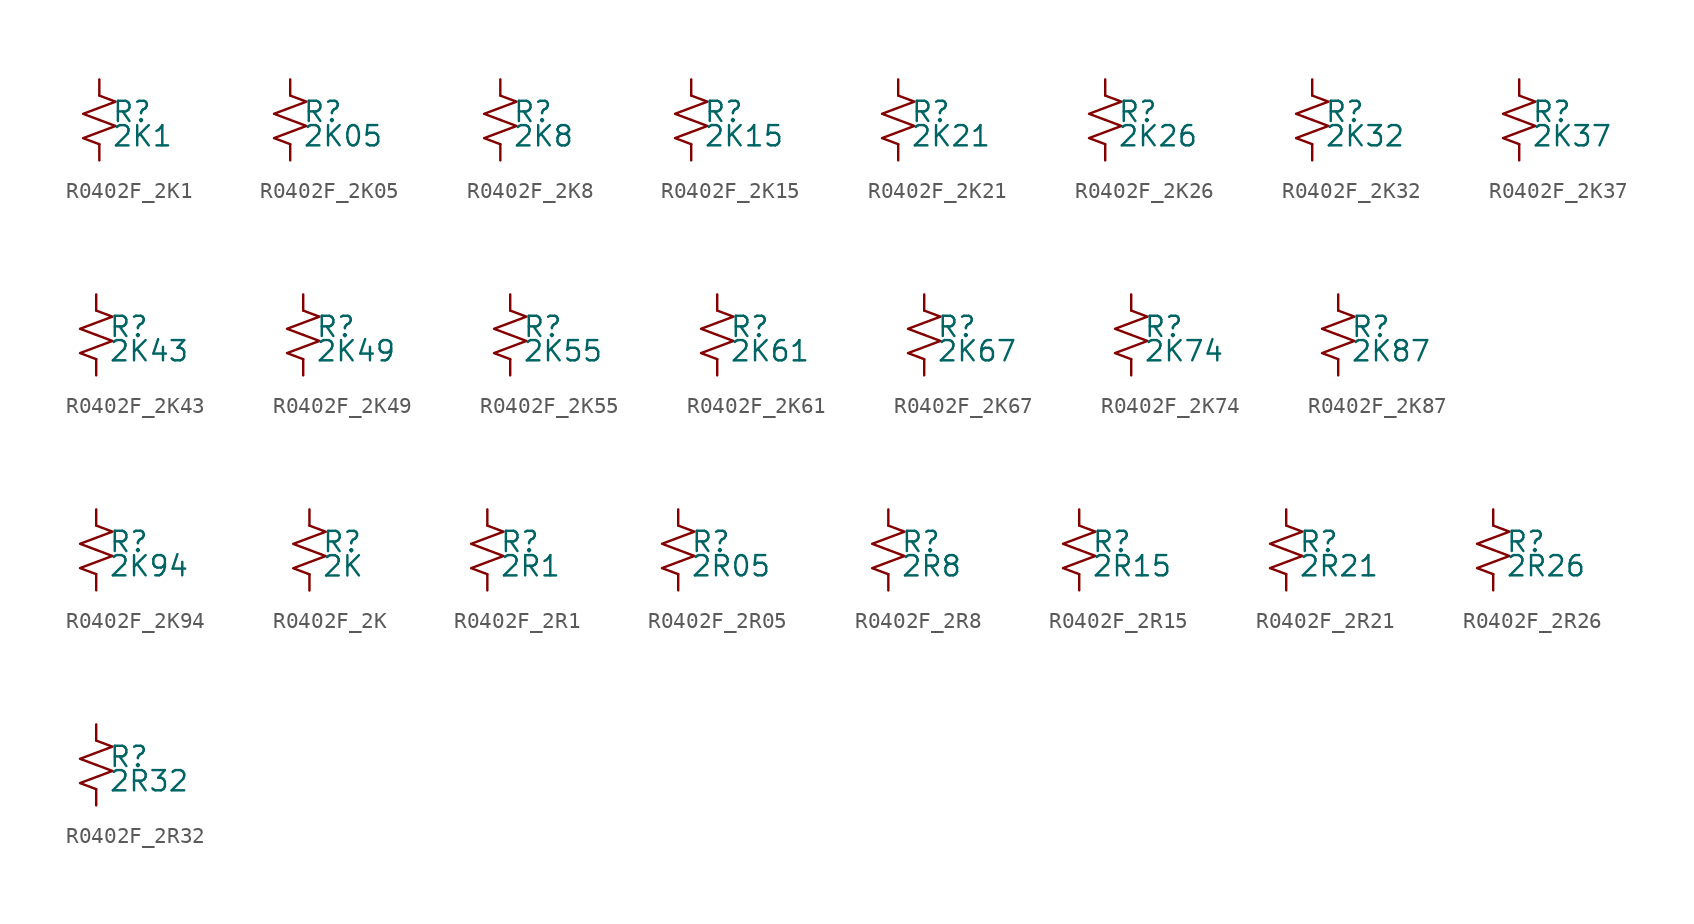
<source format=kicad_sym>
(kicad_symbol_lib
  (version 20220914)
  (generator kicad_symbol_editor)
  (symbol "R0402F_2K1"
    (pin_numbers hide)
    (pin_names
      (offset 0.254) hide)
    (property "Reference" "R"
      (at 0.762 0.508 0)
      (effects (font (size 1.27 1.27)) (justify left)))
    (property "Value" "2K1"
      (at 0.762 -1.016 0)
      (effects (font (size 1.27 1.27)) (justify left)))
    (symbol "R0402F_2K1_1_1"
      (polyline (pts (xy 0 0) (xy 1.016 -0.381) (xy 0 -0.762) (xy -1.016 -1.143) (xy 0 -1.524)) (stroke (width 0) (type default)) (fill (type none)))
      (polyline (pts (xy 0 1.524) (xy 1.016 1.143) (xy 0 0.762) (xy -1.016 0.381) (xy 0 0)) (stroke (width 0) (type default)) (fill (type none)))
      (pin passive line (at 0 2.54 270) (length 1.016) (name "~" (effects (font (size 1.27 1.27)))) (number "1" (effects (font (size 1.27 1.27)))))
      (pin passive line (at 0 -2.54 90) (length 1.016) (name "~" (effects (font (size 1.27 1.27)))) (number "2" (effects (font (size 1.27 1.27)))))))
  (symbol "R0402F_2K05"
    (pin_numbers hide)
    (pin_names
      (offset 0.254) hide)
    (property "Reference" "R"
      (at 0.762 0.508 0)
      (effects (font (size 1.27 1.27)) (justify left)))
    (property "Value" "2K05"
      (at 0.762 -1.016 0)
      (effects (font (size 1.27 1.27)) (justify left)))
    (symbol "R0402F_2K05_1_1"
      (polyline (pts (xy 0 0) (xy 1.016 -0.381) (xy 0 -0.762) (xy -1.016 -1.143) (xy 0 -1.524)) (stroke (width 0) (type default)) (fill (type none)))
      (polyline (pts (xy 0 1.524) (xy 1.016 1.143) (xy 0 0.762) (xy -1.016 0.381) (xy 0 0)) (stroke (width 0) (type default)) (fill (type none)))
      (pin passive line (at 0 2.54 270) (length 1.016) (name "~" (effects (font (size 1.27 1.27)))) (number "1" (effects (font (size 1.27 1.27)))))
      (pin passive line (at 0 -2.54 90) (length 1.016) (name "~" (effects (font (size 1.27 1.27)))) (number "2" (effects (font (size 1.27 1.27)))))))
  (symbol "R0402F_2K8"
    (pin_numbers hide)
    (pin_names
      (offset 0.254) hide)
    (property "Reference" "R"
      (at 0.762 0.508 0)
      (effects (font (size 1.27 1.27)) (justify left)))
    (property "Value" "2K8"
      (at 0.762 -1.016 0)
      (effects (font (size 1.27 1.27)) (justify left)))
    (symbol "R0402F_2K8_1_1"
      (polyline (pts (xy 0 0) (xy 1.016 -0.381) (xy 0 -0.762) (xy -1.016 -1.143) (xy 0 -1.524)) (stroke (width 0) (type default)) (fill (type none)))
      (polyline (pts (xy 0 1.524) (xy 1.016 1.143) (xy 0 0.762) (xy -1.016 0.381) (xy 0 0)) (stroke (width 0) (type default)) (fill (type none)))
      (pin passive line (at 0 2.54 270) (length 1.016) (name "~" (effects (font (size 1.27 1.27)))) (number "1" (effects (font (size 1.27 1.27)))))
      (pin passive line (at 0 -2.54 90) (length 1.016) (name "~" (effects (font (size 1.27 1.27)))) (number "2" (effects (font (size 1.27 1.27)))))))
  (symbol "R0402F_2K15"
    (pin_numbers hide)
    (pin_names
      (offset 0.254) hide)
    (property "Reference" "R"
      (at 0.762 0.508 0)
      (effects (font (size 1.27 1.27)) (justify left)))
    (property "Value" "2K15"
      (at 0.762 -1.016 0)
      (effects (font (size 1.27 1.27)) (justify left)))
    (symbol "R0402F_2K15_1_1"
      (polyline (pts (xy 0 0) (xy 1.016 -0.381) (xy 0 -0.762) (xy -1.016 -1.143) (xy 0 -1.524)) (stroke (width 0) (type default)) (fill (type none)))
      (polyline (pts (xy 0 1.524) (xy 1.016 1.143) (xy 0 0.762) (xy -1.016 0.381) (xy 0 0)) (stroke (width 0) (type default)) (fill (type none)))
      (pin passive line (at 0 2.54 270) (length 1.016) (name "~" (effects (font (size 1.27 1.27)))) (number "1" (effects (font (size 1.27 1.27)))))
      (pin passive line (at 0 -2.54 90) (length 1.016) (name "~" (effects (font (size 1.27 1.27)))) (number "2" (effects (font (size 1.27 1.27)))))))
  (symbol "R0402F_2K21"
    (pin_numbers hide)
    (pin_names
      (offset 0.254) hide)
    (property "Reference" "R"
      (at 0.762 0.508 0)
      (effects (font (size 1.27 1.27)) (justify left)))
    (property "Value" "2K21"
      (at 0.762 -1.016 0)
      (effects (font (size 1.27 1.27)) (justify left)))
    (symbol "R0402F_2K21_1_1"
      (polyline (pts (xy 0 0) (xy 1.016 -0.381) (xy 0 -0.762) (xy -1.016 -1.143) (xy 0 -1.524)) (stroke (width 0) (type default)) (fill (type none)))
      (polyline (pts (xy 0 1.524) (xy 1.016 1.143) (xy 0 0.762) (xy -1.016 0.381) (xy 0 0)) (stroke (width 0) (type default)) (fill (type none)))
      (pin passive line (at 0 2.54 270) (length 1.016) (name "~" (effects (font (size 1.27 1.27)))) (number "1" (effects (font (size 1.27 1.27)))))
      (pin passive line (at 0 -2.54 90) (length 1.016) (name "~" (effects (font (size 1.27 1.27)))) (number "2" (effects (font (size 1.27 1.27)))))))
  (symbol "R0402F_2K26"
    (pin_numbers hide)
    (pin_names
      (offset 0.254) hide)
    (property "Reference" "R"
      (at 0.762 0.508 0)
      (effects (font (size 1.27 1.27)) (justify left)))
    (property "Value" "2K26"
      (at 0.762 -1.016 0)
      (effects (font (size 1.27 1.27)) (justify left)))
    (symbol "R0402F_2K26_1_1"
      (polyline (pts (xy 0 0) (xy 1.016 -0.381) (xy 0 -0.762) (xy -1.016 -1.143) (xy 0 -1.524)) (stroke (width 0) (type default)) (fill (type none)))
      (polyline (pts (xy 0 1.524) (xy 1.016 1.143) (xy 0 0.762) (xy -1.016 0.381) (xy 0 0)) (stroke (width 0) (type default)) (fill (type none)))
      (pin passive line (at 0 2.54 270) (length 1.016) (name "~" (effects (font (size 1.27 1.27)))) (number "1" (effects (font (size 1.27 1.27)))))
      (pin passive line (at 0 -2.54 90) (length 1.016) (name "~" (effects (font (size 1.27 1.27)))) (number "2" (effects (font (size 1.27 1.27)))))))
  (symbol "R0402F_2K32"
    (pin_numbers hide)
    (pin_names
      (offset 0.254) hide)
    (property "Reference" "R"
      (at 0.762 0.508 0)
      (effects (font (size 1.27 1.27)) (justify left)))
    (property "Value" "2K32"
      (at 0.762 -1.016 0)
      (effects (font (size 1.27 1.27)) (justify left)))
    (symbol "R0402F_2K32_1_1"
      (polyline (pts (xy 0 0) (xy 1.016 -0.381) (xy 0 -0.762) (xy -1.016 -1.143) (xy 0 -1.524)) (stroke (width 0) (type default)) (fill (type none)))
      (polyline (pts (xy 0 1.524) (xy 1.016 1.143) (xy 0 0.762) (xy -1.016 0.381) (xy 0 0)) (stroke (width 0) (type default)) (fill (type none)))
      (pin passive line (at 0 2.54 270) (length 1.016) (name "~" (effects (font (size 1.27 1.27)))) (number "1" (effects (font (size 1.27 1.27)))))
      (pin passive line (at 0 -2.54 90) (length 1.016) (name "~" (effects (font (size 1.27 1.27)))) (number "2" (effects (font (size 1.27 1.27)))))))
  (symbol "R0402F_2K37"
    (pin_numbers hide)
    (pin_names
      (offset 0.254) hide)
    (property "Reference" "R"
      (at 0.762 0.508 0)
      (effects (font (size 1.27 1.27)) (justify left)))
    (property "Value" "2K37"
      (at 0.762 -1.016 0)
      (effects (font (size 1.27 1.27)) (justify left)))
    (symbol "R0402F_2K37_1_1"
      (polyline (pts (xy 0 0) (xy 1.016 -0.381) (xy 0 -0.762) (xy -1.016 -1.143) (xy 0 -1.524)) (stroke (width 0) (type default)) (fill (type none)))
      (polyline (pts (xy 0 1.524) (xy 1.016 1.143) (xy 0 0.762) (xy -1.016 0.381) (xy 0 0)) (stroke (width 0) (type default)) (fill (type none)))
      (pin passive line (at 0 2.54 270) (length 1.016) (name "~" (effects (font (size 1.27 1.27)))) (number "1" (effects (font (size 1.27 1.27)))))
      (pin passive line (at 0 -2.54 90) (length 1.016) (name "~" (effects (font (size 1.27 1.27)))) (number "2" (effects (font (size 1.27 1.27)))))))
  (symbol "R0402F_2K43"
    (pin_numbers hide)
    (pin_names
      (offset 0.254) hide)
    (property "Reference" "R"
      (at 0.762 0.508 0)
      (effects (font (size 1.27 1.27)) (justify left)))
    (property "Value" "2K43"
      (at 0.762 -1.016 0)
      (effects (font (size 1.27 1.27)) (justify left)))
    (symbol "R0402F_2K43_1_1"
      (polyline (pts (xy 0 0) (xy 1.016 -0.381) (xy 0 -0.762) (xy -1.016 -1.143) (xy 0 -1.524)) (stroke (width 0) (type default)) (fill (type none)))
      (polyline (pts (xy 0 1.524) (xy 1.016 1.143) (xy 0 0.762) (xy -1.016 0.381) (xy 0 0)) (stroke (width 0) (type default)) (fill (type none)))
      (pin passive line (at 0 2.54 270) (length 1.016) (name "~" (effects (font (size 1.27 1.27)))) (number "1" (effects (font (size 1.27 1.27)))))
      (pin passive line (at 0 -2.54 90) (length 1.016) (name "~" (effects (font (size 1.27 1.27)))) (number "2" (effects (font (size 1.27 1.27)))))))
  (symbol "R0402F_2K49"
    (pin_numbers hide)
    (pin_names
      (offset 0.254) hide)
    (property "Reference" "R"
      (at 0.762 0.508 0)
      (effects (font (size 1.27 1.27)) (justify left)))
    (property "Value" "2K49"
      (at 0.762 -1.016 0)
      (effects (font (size 1.27 1.27)) (justify left)))
    (symbol "R0402F_2K49_1_1"
      (polyline (pts (xy 0 0) (xy 1.016 -0.381) (xy 0 -0.762) (xy -1.016 -1.143) (xy 0 -1.524)) (stroke (width 0) (type default)) (fill (type none)))
      (polyline (pts (xy 0 1.524) (xy 1.016 1.143) (xy 0 0.762) (xy -1.016 0.381) (xy 0 0)) (stroke (width 0) (type default)) (fill (type none)))
      (pin passive line (at 0 2.54 270) (length 1.016) (name "~" (effects (font (size 1.27 1.27)))) (number "1" (effects (font (size 1.27 1.27)))))
      (pin passive line (at 0 -2.54 90) (length 1.016) (name "~" (effects (font (size 1.27 1.27)))) (number "2" (effects (font (size 1.27 1.27)))))))
  (symbol "R0402F_2K55"
    (pin_numbers hide)
    (pin_names
      (offset 0.254) hide)
    (property "Reference" "R"
      (at 0.762 0.508 0)
      (effects (font (size 1.27 1.27)) (justify left)))
    (property "Value" "2K55"
      (at 0.762 -1.016 0)
      (effects (font (size 1.27 1.27)) (justify left)))
    (symbol "R0402F_2K55_1_1"
      (polyline (pts (xy 0 0) (xy 1.016 -0.381) (xy 0 -0.762) (xy -1.016 -1.143) (xy 0 -1.524)) (stroke (width 0) (type default)) (fill (type none)))
      (polyline (pts (xy 0 1.524) (xy 1.016 1.143) (xy 0 0.762) (xy -1.016 0.381) (xy 0 0)) (stroke (width 0) (type default)) (fill (type none)))
      (pin passive line (at 0 2.54 270) (length 1.016) (name "~" (effects (font (size 1.27 1.27)))) (number "1" (effects (font (size 1.27 1.27)))))
      (pin passive line (at 0 -2.54 90) (length 1.016) (name "~" (effects (font (size 1.27 1.27)))) (number "2" (effects (font (size 1.27 1.27)))))))
  (symbol "R0402F_2K61"
    (pin_numbers hide)
    (pin_names
      (offset 0.254) hide)
    (property "Reference" "R"
      (at 0.762 0.508 0)
      (effects (font (size 1.27 1.27)) (justify left)))
    (property "Value" "2K61"
      (at 0.762 -1.016 0)
      (effects (font (size 1.27 1.27)) (justify left)))
    (symbol "R0402F_2K61_1_1"
      (polyline (pts (xy 0 0) (xy 1.016 -0.381) (xy 0 -0.762) (xy -1.016 -1.143) (xy 0 -1.524)) (stroke (width 0) (type default)) (fill (type none)))
      (polyline (pts (xy 0 1.524) (xy 1.016 1.143) (xy 0 0.762) (xy -1.016 0.381) (xy 0 0)) (stroke (width 0) (type default)) (fill (type none)))
      (pin passive line (at 0 2.54 270) (length 1.016) (name "~" (effects (font (size 1.27 1.27)))) (number "1" (effects (font (size 1.27 1.27)))))
      (pin passive line (at 0 -2.54 90) (length 1.016) (name "~" (effects (font (size 1.27 1.27)))) (number "2" (effects (font (size 1.27 1.27)))))))
  (symbol "R0402F_2K67"
    (pin_numbers hide)
    (pin_names
      (offset 0.254) hide)
    (property "Reference" "R"
      (at 0.762 0.508 0)
      (effects (font (size 1.27 1.27)) (justify left)))
    (property "Value" "2K67"
      (at 0.762 -1.016 0)
      (effects (font (size 1.27 1.27)) (justify left)))
    (symbol "R0402F_2K67_1_1"
      (polyline (pts (xy 0 0) (xy 1.016 -0.381) (xy 0 -0.762) (xy -1.016 -1.143) (xy 0 -1.524)) (stroke (width 0) (type default)) (fill (type none)))
      (polyline (pts (xy 0 1.524) (xy 1.016 1.143) (xy 0 0.762) (xy -1.016 0.381) (xy 0 0)) (stroke (width 0) (type default)) (fill (type none)))
      (pin passive line (at 0 2.54 270) (length 1.016) (name "~" (effects (font (size 1.27 1.27)))) (number "1" (effects (font (size 1.27 1.27)))))
      (pin passive line (at 0 -2.54 90) (length 1.016) (name "~" (effects (font (size 1.27 1.27)))) (number "2" (effects (font (size 1.27 1.27)))))))
  (symbol "R0402F_2K74"
    (pin_numbers hide)
    (pin_names
      (offset 0.254) hide)
    (property "Reference" "R"
      (at 0.762 0.508 0)
      (effects (font (size 1.27 1.27)) (justify left)))
    (property "Value" "2K74"
      (at 0.762 -1.016 0)
      (effects (font (size 1.27 1.27)) (justify left)))
    (symbol "R0402F_2K74_1_1"
      (polyline (pts (xy 0 0) (xy 1.016 -0.381) (xy 0 -0.762) (xy -1.016 -1.143) (xy 0 -1.524)) (stroke (width 0) (type default)) (fill (type none)))
      (polyline (pts (xy 0 1.524) (xy 1.016 1.143) (xy 0 0.762) (xy -1.016 0.381) (xy 0 0)) (stroke (width 0) (type default)) (fill (type none)))
      (pin passive line (at 0 2.54 270) (length 1.016) (name "~" (effects (font (size 1.27 1.27)))) (number "1" (effects (font (size 1.27 1.27)))))
      (pin passive line (at 0 -2.54 90) (length 1.016) (name "~" (effects (font (size 1.27 1.27)))) (number "2" (effects (font (size 1.27 1.27)))))))
  (symbol "R0402F_2K87"
    (pin_numbers hide)
    (pin_names
      (offset 0.254) hide)
    (property "Reference" "R"
      (at 0.762 0.508 0)
      (effects (font (size 1.27 1.27)) (justify left)))
    (property "Value" "2K87"
      (at 0.762 -1.016 0)
      (effects (font (size 1.27 1.27)) (justify left)))
    (symbol "R0402F_2K87_1_1"
      (polyline (pts (xy 0 0) (xy 1.016 -0.381) (xy 0 -0.762) (xy -1.016 -1.143) (xy 0 -1.524)) (stroke (width 0) (type default)) (fill (type none)))
      (polyline (pts (xy 0 1.524) (xy 1.016 1.143) (xy 0 0.762) (xy -1.016 0.381) (xy 0 0)) (stroke (width 0) (type default)) (fill (type none)))
      (pin passive line (at 0 2.54 270) (length 1.016) (name "~" (effects (font (size 1.27 1.27)))) (number "1" (effects (font (size 1.27 1.27)))))
      (pin passive line (at 0 -2.54 90) (length 1.016) (name "~" (effects (font (size 1.27 1.27)))) (number "2" (effects (font (size 1.27 1.27)))))))
  (symbol "R0402F_2K94"
    (pin_numbers hide)
    (pin_names
      (offset 0.254) hide)
    (property "Reference" "R"
      (at 0.762 0.508 0)
      (effects (font (size 1.27 1.27)) (justify left)))
    (property "Value" "2K94"
      (at 0.762 -1.016 0)
      (effects (font (size 1.27 1.27)) (justify left)))
    (symbol "R0402F_2K94_1_1"
      (polyline (pts (xy 0 0) (xy 1.016 -0.381) (xy 0 -0.762) (xy -1.016 -1.143) (xy 0 -1.524)) (stroke (width 0) (type default)) (fill (type none)))
      (polyline (pts (xy 0 1.524) (xy 1.016 1.143) (xy 0 0.762) (xy -1.016 0.381) (xy 0 0)) (stroke (width 0) (type default)) (fill (type none)))
      (pin passive line (at 0 2.54 270) (length 1.016) (name "~" (effects (font (size 1.27 1.27)))) (number "1" (effects (font (size 1.27 1.27)))))
      (pin passive line (at 0 -2.54 90) (length 1.016) (name "~" (effects (font (size 1.27 1.27)))) (number "2" (effects (font (size 1.27 1.27)))))))
  (symbol "R0402F_2K"
    (pin_numbers hide)
    (pin_names
      (offset 0.254) hide)
    (property "Reference" "R"
      (at 0.762 0.508 0)
      (effects (font (size 1.27 1.27)) (justify left)))
    (property "Value" "2K"
      (at 0.762 -1.016 0)
      (effects (font (size 1.27 1.27)) (justify left)))
    (symbol "R0402F_2K_1_1"
      (polyline (pts (xy 0 0) (xy 1.016 -0.381) (xy 0 -0.762) (xy -1.016 -1.143) (xy 0 -1.524)) (stroke (width 0) (type default)) (fill (type none)))
      (polyline (pts (xy 0 1.524) (xy 1.016 1.143) (xy 0 0.762) (xy -1.016 0.381) (xy 0 0)) (stroke (width 0) (type default)) (fill (type none)))
      (pin passive line (at 0 2.54 270) (length 1.016) (name "~" (effects (font (size 1.27 1.27)))) (number "1" (effects (font (size 1.27 1.27)))))
      (pin passive line (at 0 -2.54 90) (length 1.016) (name "~" (effects (font (size 1.27 1.27)))) (number "2" (effects (font (size 1.27 1.27)))))))
  (symbol "R0402F_2R1"
    (pin_numbers hide)
    (pin_names
      (offset 0.254) hide)
    (property "Reference" "R"
      (at 0.762 0.508 0)
      (effects (font (size 1.27 1.27)) (justify left)))
    (property "Value" "2R1"
      (at 0.762 -1.016 0)
      (effects (font (size 1.27 1.27)) (justify left)))
    (symbol "R0402F_2R1_1_1"
      (polyline (pts (xy 0 0) (xy 1.016 -0.381) (xy 0 -0.762) (xy -1.016 -1.143) (xy 0 -1.524)) (stroke (width 0) (type default)) (fill (type none)))
      (polyline (pts (xy 0 1.524) (xy 1.016 1.143) (xy 0 0.762) (xy -1.016 0.381) (xy 0 0)) (stroke (width 0) (type default)) (fill (type none)))
      (pin passive line (at 0 2.54 270) (length 1.016) (name "~" (effects (font (size 1.27 1.27)))) (number "1" (effects (font (size 1.27 1.27)))))
      (pin passive line (at 0 -2.54 90) (length 1.016) (name "~" (effects (font (size 1.27 1.27)))) (number "2" (effects (font (size 1.27 1.27)))))))
  (symbol "R0402F_2R05"
    (pin_numbers hide)
    (pin_names
      (offset 0.254) hide)
    (property "Reference" "R"
      (at 0.762 0.508 0)
      (effects (font (size 1.27 1.27)) (justify left)))
    (property "Value" "2R05"
      (at 0.762 -1.016 0)
      (effects (font (size 1.27 1.27)) (justify left)))
    (symbol "R0402F_2R05_1_1"
      (polyline (pts (xy 0 0) (xy 1.016 -0.381) (xy 0 -0.762) (xy -1.016 -1.143) (xy 0 -1.524)) (stroke (width 0) (type default)) (fill (type none)))
      (polyline (pts (xy 0 1.524) (xy 1.016 1.143) (xy 0 0.762) (xy -1.016 0.381) (xy 0 0)) (stroke (width 0) (type default)) (fill (type none)))
      (pin passive line (at 0 2.54 270) (length 1.016) (name "~" (effects (font (size 1.27 1.27)))) (number "1" (effects (font (size 1.27 1.27)))))
      (pin passive line (at 0 -2.54 90) (length 1.016) (name "~" (effects (font (size 1.27 1.27)))) (number "2" (effects (font (size 1.27 1.27)))))))
  (symbol "R0402F_2R8"
    (pin_numbers hide)
    (pin_names
      (offset 0.254) hide)
    (property "Reference" "R"
      (at 0.762 0.508 0)
      (effects (font (size 1.27 1.27)) (justify left)))
    (property "Value" "2R8"
      (at 0.762 -1.016 0)
      (effects (font (size 1.27 1.27)) (justify left)))
    (symbol "R0402F_2R8_1_1"
      (polyline (pts (xy 0 0) (xy 1.016 -0.381) (xy 0 -0.762) (xy -1.016 -1.143) (xy 0 -1.524)) (stroke (width 0) (type default)) (fill (type none)))
      (polyline (pts (xy 0 1.524) (xy 1.016 1.143) (xy 0 0.762) (xy -1.016 0.381) (xy 0 0)) (stroke (width 0) (type default)) (fill (type none)))
      (pin passive line (at 0 2.54 270) (length 1.016) (name "~" (effects (font (size 1.27 1.27)))) (number "1" (effects (font (size 1.27 1.27)))))
      (pin passive line (at 0 -2.54 90) (length 1.016) (name "~" (effects (font (size 1.27 1.27)))) (number "2" (effects (font (size 1.27 1.27)))))))
  (symbol "R0402F_2R15"
    (pin_numbers hide)
    (pin_names
      (offset 0.254) hide)
    (property "Reference" "R"
      (at 0.762 0.508 0)
      (effects (font (size 1.27 1.27)) (justify left)))
    (property "Value" "2R15"
      (at 0.762 -1.016 0)
      (effects (font (size 1.27 1.27)) (justify left)))
    (symbol "R0402F_2R15_1_1"
      (polyline (pts (xy 0 0) (xy 1.016 -0.381) (xy 0 -0.762) (xy -1.016 -1.143) (xy 0 -1.524)) (stroke (width 0) (type default)) (fill (type none)))
      (polyline (pts (xy 0 1.524) (xy 1.016 1.143) (xy 0 0.762) (xy -1.016 0.381) (xy 0 0)) (stroke (width 0) (type default)) (fill (type none)))
      (pin passive line (at 0 2.54 270) (length 1.016) (name "~" (effects (font (size 1.27 1.27)))) (number "1" (effects (font (size 1.27 1.27)))))
      (pin passive line (at 0 -2.54 90) (length 1.016) (name "~" (effects (font (size 1.27 1.27)))) (number "2" (effects (font (size 1.27 1.27)))))))
  (symbol "R0402F_2R21"
    (pin_numbers hide)
    (pin_names
      (offset 0.254) hide)
    (property "Reference" "R"
      (at 0.762 0.508 0)
      (effects (font (size 1.27 1.27)) (justify left)))
    (property "Value" "2R21"
      (at 0.762 -1.016 0)
      (effects (font (size 1.27 1.27)) (justify left)))
    (symbol "R0402F_2R21_1_1"
      (polyline (pts (xy 0 0) (xy 1.016 -0.381) (xy 0 -0.762) (xy -1.016 -1.143) (xy 0 -1.524)) (stroke (width 0) (type default)) (fill (type none)))
      (polyline (pts (xy 0 1.524) (xy 1.016 1.143) (xy 0 0.762) (xy -1.016 0.381) (xy 0 0)) (stroke (width 0) (type default)) (fill (type none)))
      (pin passive line (at 0 2.54 270) (length 1.016) (name "~" (effects (font (size 1.27 1.27)))) (number "1" (effects (font (size 1.27 1.27)))))
      (pin passive line (at 0 -2.54 90) (length 1.016) (name "~" (effects (font (size 1.27 1.27)))) (number "2" (effects (font (size 1.27 1.27)))))))
  (symbol "R0402F_2R26"
    (pin_numbers hide)
    (pin_names
      (offset 0.254) hide)
    (property "Reference" "R"
      (at 0.762 0.508 0)
      (effects (font (size 1.27 1.27)) (justify left)))
    (property "Value" "2R26"
      (at 0.762 -1.016 0)
      (effects (font (size 1.27 1.27)) (justify left)))
    (symbol "R0402F_2R26_1_1"
      (polyline (pts (xy 0 0) (xy 1.016 -0.381) (xy 0 -0.762) (xy -1.016 -1.143) (xy 0 -1.524)) (stroke (width 0) (type default)) (fill (type none)))
      (polyline (pts (xy 0 1.524) (xy 1.016 1.143) (xy 0 0.762) (xy -1.016 0.381) (xy 0 0)) (stroke (width 0) (type default)) (fill (type none)))
      (pin passive line (at 0 2.54 270) (length 1.016) (name "~" (effects (font (size 1.27 1.27)))) (number "1" (effects (font (size 1.27 1.27)))))
      (pin passive line (at 0 -2.54 90) (length 1.016) (name "~" (effects (font (size 1.27 1.27)))) (number "2" (effects (font (size 1.27 1.27)))))))
  (symbol "R0402F_2R32"
    (pin_numbers hide)
    (pin_names
      (offset 0.254) hide)
    (property "Reference" "R"
      (at 0.762 0.508 0)
      (effects (font (size 1.27 1.27)) (justify left)))
    (property "Value" "2R32"
      (at 0.762 -1.016 0)
      (effects (font (size 1.27 1.27)) (justify left)))
    (symbol "R0402F_2R32_1_1"
      (polyline (pts (xy 0 0) (xy 1.016 -0.381) (xy 0 -0.762) (xy -1.016 -1.143) (xy 0 -1.524)) (stroke (width 0) (type default)) (fill (type none)))
      (polyline (pts (xy 0 1.524) (xy 1.016 1.143) (xy 0 0.762) (xy -1.016 0.381) (xy 0 0)) (stroke (width 0) (type default)) (fill (type none)))
      (pin passive line (at 0 2.54 270) (length 1.016) (name "~" (effects (font (size 1.27 1.27)))) (number "1" (effects (font (size 1.27 1.27)))))
      (pin passive line (at 0 -2.54 90) (length 1.016) (name "~" (effects (font (size 1.27 1.27)))) (number "2" (effects (font (size 1.27 1.27))))))))
</source>
